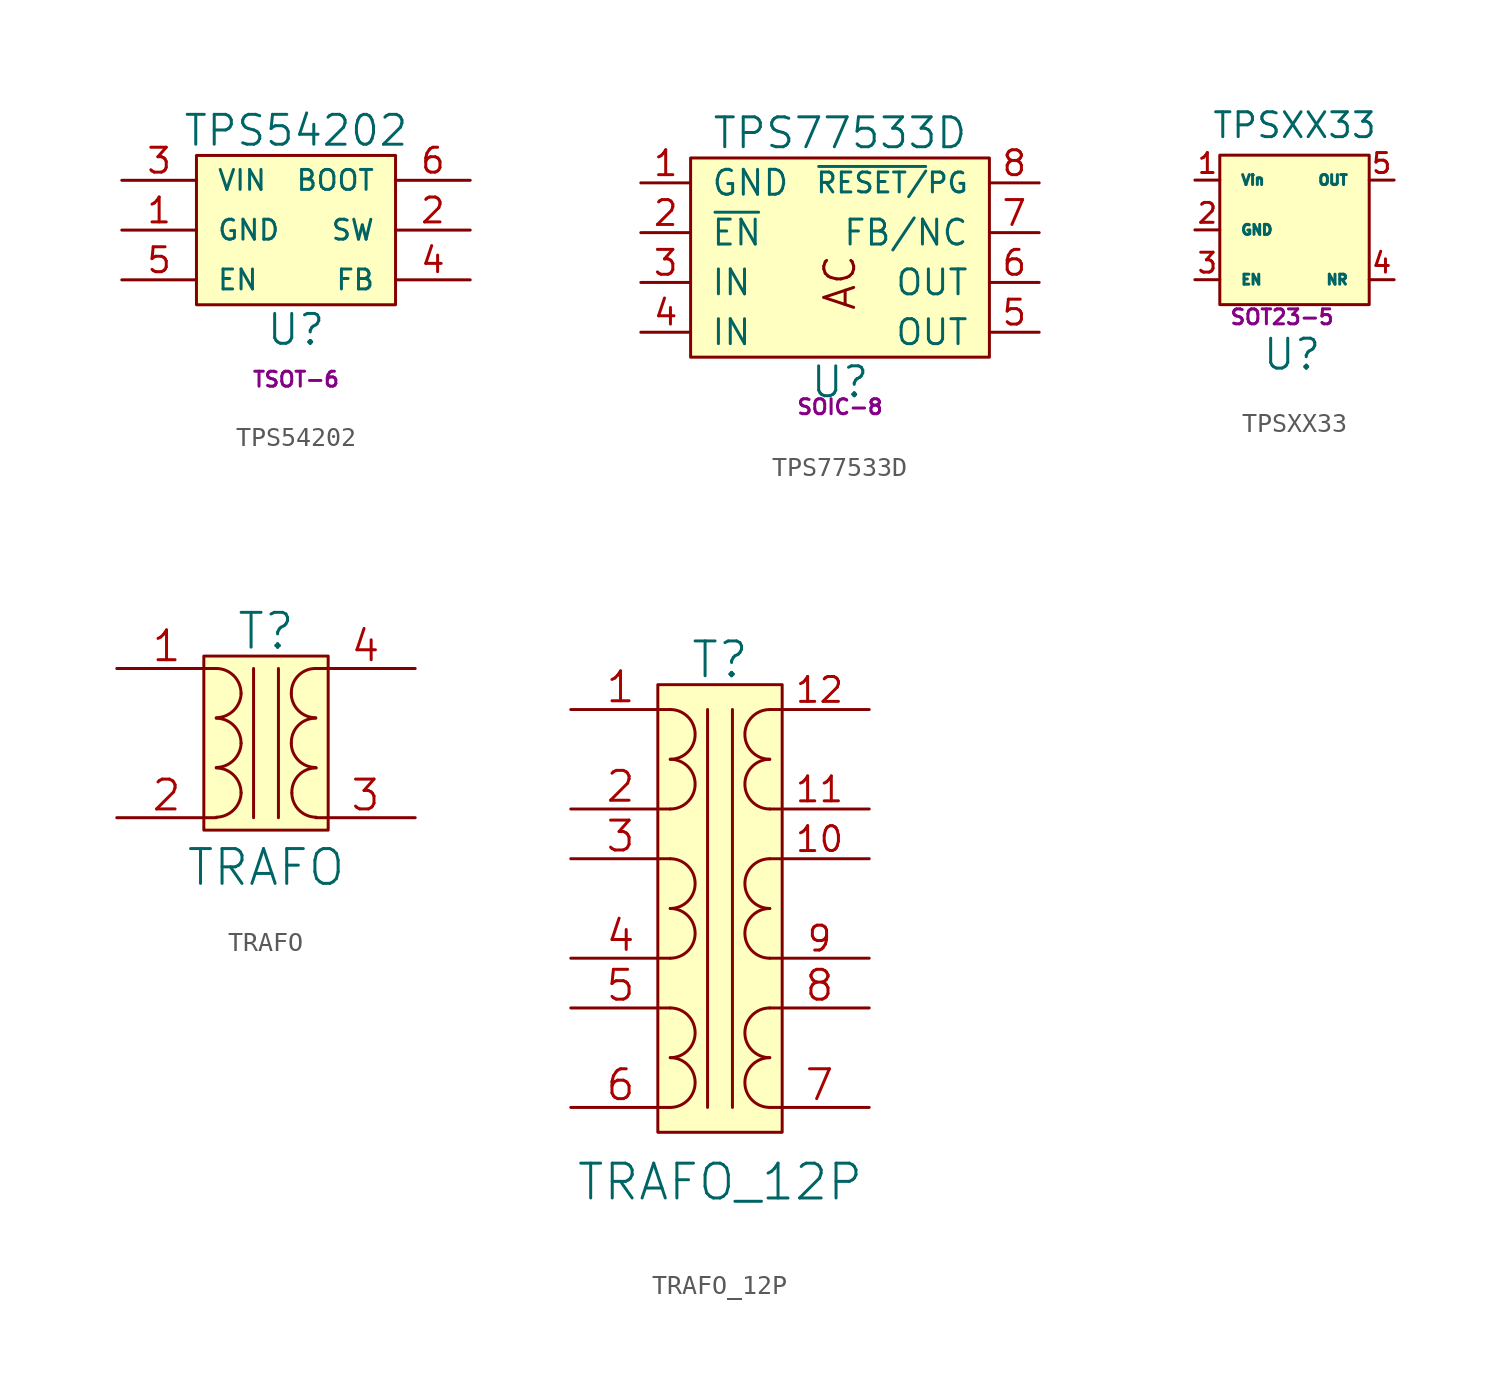
<source format=kicad_sym>
(kicad_symbol_lib
  (version 20220914)
  (generator kicad_symbol_editor)
  (symbol "TPS54202"
    (pin_names
      (offset 1.016))
    (property "Reference" "U"
      (at 0 -5.08 0)
      (effects (font (size 1.524 1.524))))
    (property "Value" "TPS54202"
      (at 0 5.08 0)
      (effects (font (size 1.524 1.524))))
    (property "Footprint" "TSOT-6"
      (at 0 -7.62 0)
      (effects (font (size 0.762 0.762))))
    (property "Datasheet" ""
      (at 0 0 0)
      (effects (font (size 1.524 1.524))))
    (symbol "TPS54202_0_1"
      (rectangle (start -5.08 3.81) (end 5.08 -3.81) (stroke (width 0) (type default)) (fill (type background))))
    (symbol "TPS54202_1_1"
      (pin bidirectional line (at -8.89 0 0) (length 3.81) (name "GND" (effects (font (size 1.016 1.016)))) (number "1" (effects (font (size 1.27 1.27)))))
      (pin bidirectional line (at 8.89 0 180) (length 3.81) (name "SW" (effects (font (size 1.016 1.016)))) (number "2" (effects (font (size 1.27 1.27)))))
      (pin bidirectional line (at -8.89 2.54 0) (length 3.81) (name "VIN" (effects (font (size 1.016 1.016)))) (number "3" (effects (font (size 1.27 1.27)))))
      (pin bidirectional line (at 8.89 -2.54 180) (length 3.81) (name "FB" (effects (font (size 1.016 1.016)))) (number "4" (effects (font (size 1.27 1.27)))))
      (pin bidirectional line (at -8.89 -2.54 0) (length 3.81) (name "EN" (effects (font (size 1.016 1.016)))) (number "5" (effects (font (size 1.27 1.27)))))
      (pin passive line (at 8.89 2.54 180) (length 3.81) (name "BOOT" (effects (font (size 1.016 1.016)))) (number "6" (effects (font (size 1.27 1.27)))))))
  (symbol "TPS77533D"
    (pin_names
      (offset 1.016))
    (property "Reference" "U"
      (at 0 -6.35 0)
      (effects (font (size 1.524 1.524))))
    (property "Value" "TPS77533D"
      (at 0 6.35 0)
      (effects (font (size 1.524 1.524))))
    (property "Footprint" "SOIC-8"
      (at 0 -7.62 0)
      (effects (font (size 0.762 0.762))))
    (property "Datasheet" ""
      (at 0 0 0)
      (effects (font (size 1.524 1.524))))
    (symbol "TPS77533D_0_0"
      (text "AC" (at 0 -1.27 900) (effects (font (size 1.524 1.524)))))
    (symbol "TPS77533D_0_1"
      (rectangle (start -7.62 5.08) (end 7.62 -5.08) (stroke (width 0) (type default)) (fill (type background))))
    (symbol "TPS77533D_1_1"
      (pin input line (at -10.16 3.81 0) (length 2.54) (name "GND" (effects (font (size 1.27 1.27)))) (number "1" (effects (font (size 1.27 1.27)))))
      (pin passive line (at -10.16 1.27 0) (length 2.54) (name "~{EN}" (effects (font (size 1.27 1.27)))) (number "2" (effects (font (size 1.27 1.27)))))
      (pin input line (at -10.16 -1.27 0) (length 2.54) (name "IN" (effects (font (size 1.27 1.27)))) (number "3" (effects (font (size 1.27 1.27)))))
      (pin input line (at -10.16 -3.81 0) (length 2.54) (name "IN" (effects (font (size 1.27 1.27)))) (number "4" (effects (font (size 1.27 1.27)))))
      (pin input line (at 10.16 -3.81 180) (length 2.54) (name "OUT" (effects (font (size 1.27 1.27)))) (number "5" (effects (font (size 1.27 1.27)))))
      (pin input line (at 10.16 -1.27 180) (length 2.54) (name "OUT" (effects (font (size 1.27 1.27)))) (number "6" (effects (font (size 1.27 1.27)))))
      (pin input line (at 10.16 1.27 180) (length 2.54) (name "FB/NC" (effects (font (size 1.27 1.27)))) (number "7" (effects (font (size 1.27 1.27)))))
      (pin input line (at 10.16 3.81 180) (length 2.54) (name "~{RESET/}PG" (effects (font (size 1.016 1.016)))) (number "8" (effects (font (size 1.27 1.27)))))))
  (symbol "TPSXX33"
    (pin_names
      (offset 1.016))
    (property "Reference" "U"
      (at -0.127 -6.35 0)
      (effects (font (size 1.524 1.524))))
    (property "Value" "TPSXX33"
      (at 0 5.334 0)
      (effects (font (size 1.27 1.27))))
    (property "Footprint" "SOT23-5"
      (at -0.635 -4.445 0)
      (effects (font (size 0.762 0.762))))
    (property "Datasheet" ""
      (at 0 0 0)
      (effects (font (size 1.524 1.524))))
    (symbol "TPSXX33_0_1"
      (rectangle (start -3.81 3.81) (end 3.81 -3.81) (stroke (width 0) (type default)) (fill (type background))))
    (symbol "TPSXX33_1_1"
      (pin passive line (at -5.08 2.54 0) (length 1.27) (name "Vin" (effects (font (size 0.508 0.508)))) (number "1" (effects (font (size 1.016 1.016)))))
      (pin passive line (at -5.08 0 0) (length 1.27) (name "GND" (effects (font (size 0.508 0.508)))) (number "2" (effects (font (size 1.016 1.016)))))
      (pin passive line (at -5.08 -2.54 0) (length 1.27) (name "EN" (effects (font (size 0.508 0.508)))) (number "3" (effects (font (size 1.016 1.016)))))
      (pin passive line (at 5.08 -2.54 180) (length 1.27) (name "NR" (effects (font (size 0.508 0.508)))) (number "4" (effects (font (size 1.016 1.016)))))
      (pin passive line (at 5.08 2.54 180) (length 1.27) (name "OUT" (effects (font (size 0.508 0.508)))) (number "5" (effects (font (size 1.016 1.016)))))))
  (symbol "TRAFO"
    (pin_names
      (offset 0.254) hide)
    (property "Reference" "T"
      (at 0 5.715 0)
      (effects (font (size 1.778 1.778))))
    (property "Value" "TRAFO"
      (at 0 -6.35 0)
      (effects (font (size 1.778 1.778))))
    (property "Footprint" ""
      (at 0 1.27 0)
      (effects (font (size 1.524 1.524))))
    (property "Datasheet" ""
      (at 0 1.27 0)
      (effects (font (size 1.524 1.524))))
    (symbol "TRAFO_0_1"
      (rectangle (start -3.175 4.445) (end 3.175 -4.445) (stroke (width 0) (type default)) (fill (type background)))
      (arc (start -2.54 -3.7846) (mid -1.6599 -3.4201) (end -1.27 -2.54) (stroke (width 0) (type default)) (fill (type none)))
      (arc (start -2.54 -1.2446) (mid -1.6599 -0.8801) (end -1.27 0) (stroke (width 0) (type default)) (fill (type none)))
      (arc (start -2.54 1.2954) (mid -1.6599 1.6599) (end -1.27 2.54) (stroke (width 0) (type default)) (fill (type none)))
      (arc (start -1.27 -2.54) (mid -1.642 -1.642) (end -2.54 -1.27) (stroke (width 0) (type default)) (fill (type none)))
      (arc (start -1.27 0) (mid -1.642 0.898) (end -2.54 1.27) (stroke (width 0) (type default)) (fill (type none)))
      (arc (start -1.27 2.54) (mid -1.642 3.438) (end -2.54 3.81) (stroke (width 0) (type default)) (fill (type none)))
      (polyline (pts (xy -0.635 3.81) (xy -0.635 -3.81)) (stroke (width 0) (type default)) (fill (type none)))
      (polyline (pts (xy 0.635 3.81) (xy 0.635 -3.81)) (stroke (width 0) (type default)) (fill (type none)))
      (arc (start 1.2954 0) (mid 1.6599 -0.8801) (end 2.54 -1.2446) (stroke (width 0) (type default)) (fill (type none)))
      (arc (start 1.2954 2.54) (mid 1.6599 1.6599) (end 2.54 1.2954) (stroke (width 0) (type default)) (fill (type none)))
      (arc (start 1.3208 -2.54) (mid 1.6853 -3.4201) (end 2.5654 -3.7846) (stroke (width 0) (type default)) (fill (type none)))
      (arc (start 2.54 1.27) (mid 1.642 0.898) (end 1.2954 0) (stroke (width 0) (type default)) (fill (type none)))
      (arc (start 2.54 3.81) (mid 1.642 3.438) (end 1.2954 2.54) (stroke (width 0) (type default)) (fill (type none)))
      (arc (start 2.5654 -1.27) (mid 1.6674 -1.642) (end 1.3208 -2.54) (stroke (width 0) (type default)) (fill (type none))))
    (symbol "TRAFO_1_1"
      (pin passive line (at -7.62 3.81 0) (length 5.08) (name "AA" (effects (font (size 1.524 1.524)))) (number "1" (effects (font (size 1.524 1.524)))))
      (pin passive line (at -7.62 -3.81 0) (length 5.08) (name "AB" (effects (font (size 1.524 1.524)))) (number "2" (effects (font (size 1.524 1.524)))))
      (pin passive line (at 7.62 -3.81 180) (length 5.08) (name "SA" (effects (font (size 1.524 1.524)))) (number "3" (effects (font (size 1.524 1.524)))))
      (pin passive line (at 7.62 3.81 180) (length 5.08) (name "SB" (effects (font (size 1.524 1.524)))) (number "4" (effects (font (size 1.524 1.524)))))))
  (symbol "TRAFO_12P"
    (pin_names
      (offset 0.254) hide)
    (property "Reference" "T"
      (at 0 12.7 0)
      (effects (font (size 1.778 1.778))))
    (property "Value" "TRAFO_12P"
      (at 0 -13.97 0)
      (effects (font (size 1.778 1.778))))
    (property "Footprint" ""
      (at 0 7.62 0)
      (effects (font (size 1.524 1.524))))
    (property "Datasheet" ""
      (at 0 7.62 0)
      (effects (font (size 1.524 1.524))))
    (symbol "TRAFO_12P_0_1"
      (rectangle (start -3.175 11.43) (end 3.175 -11.43) (stroke (width 0) (type default)) (fill (type background)))
      (arc (start -2.54 -10.16) (mid -1.2755 -8.89) (end -2.54 -7.62) (stroke (width 0) (type default)) (fill (type none)))
      (arc (start -2.54 -7.62) (mid -1.2755 -6.35) (end -2.54 -5.08) (stroke (width 0) (type default)) (fill (type none)))
      (arc (start -2.54 -2.54) (mid -1.2755 -1.27) (end -2.54 0) (stroke (width 0) (type default)) (fill (type none)))
      (arc (start -2.54 0) (mid -1.2755 1.27) (end -2.54 2.54) (stroke (width 0) (type default)) (fill (type none)))
      (arc (start -2.54 5.08) (mid -1.2755 6.35) (end -2.54 7.62) (stroke (width 0) (type default)) (fill (type none)))
      (arc (start -2.54 7.62) (mid -1.2755 8.89) (end -2.54 10.16) (stroke (width 0) (type default)) (fill (type none)))
      (polyline (pts (xy -0.635 -10.16) (xy -0.635 10.16)) (stroke (width 0) (type default)) (fill (type none)))
      (polyline (pts (xy 0.635 10.16) (xy 0.635 -10.16)) (stroke (width 0) (type default)) (fill (type none)))
      (arc (start 2.54 -7.62) (mid 1.2755 -8.89) (end 2.54 -10.16) (stroke (width 0) (type default)) (fill (type none)))
      (arc (start 2.54 -5.08) (mid 1.2755 -6.35) (end 2.54 -7.62) (stroke (width 0) (type default)) (fill (type none)))
      (arc (start 2.54 0) (mid 1.2755 -1.27) (end 2.54 -2.54) (stroke (width 0) (type default)) (fill (type none)))
      (arc (start 2.54 2.54) (mid 1.2755 1.27) (end 2.54 0) (stroke (width 0) (type default)) (fill (type none)))
      (arc (start 2.54 7.62) (mid 1.2755 6.35) (end 2.54 5.08) (stroke (width 0) (type default)) (fill (type none)))
      (arc (start 2.54 10.16) (mid 1.2755 8.89) (end 2.54 7.62) (stroke (width 0) (type default)) (fill (type none))))
    (symbol "TRAFO_12P_1_1"
      (pin passive line (at -7.62 10.16 0) (length 5.08) (name "AA" (effects (font (size 1.524 1.524)))) (number "1" (effects (font (size 1.524 1.524)))))
      (pin input line (at 7.62 2.54 180) (length 5.08) (name "~" (effects (font (size 1.27 1.27)))) (number "10" (effects (font (size 1.27 1.27)))))
      (pin input line (at 7.62 5.08 180) (length 5.08) (name "~" (effects (font (size 1.27 1.27)))) (number "11" (effects (font (size 1.27 1.27)))))
      (pin input line (at 7.62 10.16 180) (length 5.08) (name "~" (effects (font (size 1.27 1.27)))) (number "12" (effects (font (size 1.27 1.27)))))
      (pin passive line (at -7.62 5.08 0) (length 5.08) (name "AB" (effects (font (size 1.524 1.524)))) (number "2" (effects (font (size 1.524 1.524)))))
      (pin passive line (at -7.62 2.54 0) (length 5.08) (name "AA" (effects (font (size 1.524 1.524)))) (number "3" (effects (font (size 1.524 1.524)))))
      (pin passive line (at -7.62 -2.54 0) (length 5.08) (name "AB" (effects (font (size 1.524 1.524)))) (number "4" (effects (font (size 1.524 1.524)))))
      (pin passive line (at -7.62 -5.08 0) (length 5.08) (name "SA" (effects (font (size 1.524 1.524)))) (number "5" (effects (font (size 1.524 1.524)))))
      (pin passive line (at -7.62 -10.16 0) (length 5.08) (name "SB" (effects (font (size 1.524 1.524)))) (number "6" (effects (font (size 1.524 1.524)))))
      (pin passive line (at 7.62 -10.16 180) (length 5.08) (name "SA" (effects (font (size 1.524 1.524)))) (number "7" (effects (font (size 1.524 1.524)))))
      (pin passive line (at 7.62 -5.08 180) (length 5.08) (name "SB" (effects (font (size 1.524 1.524)))) (number "8" (effects (font (size 1.524 1.524)))))
      (pin input line (at 7.62 -2.54 180) (length 5.08) (name "~" (effects (font (size 1.27 1.27)))) (number "9" (effects (font (size 1.27 1.27))))))))
</source>
